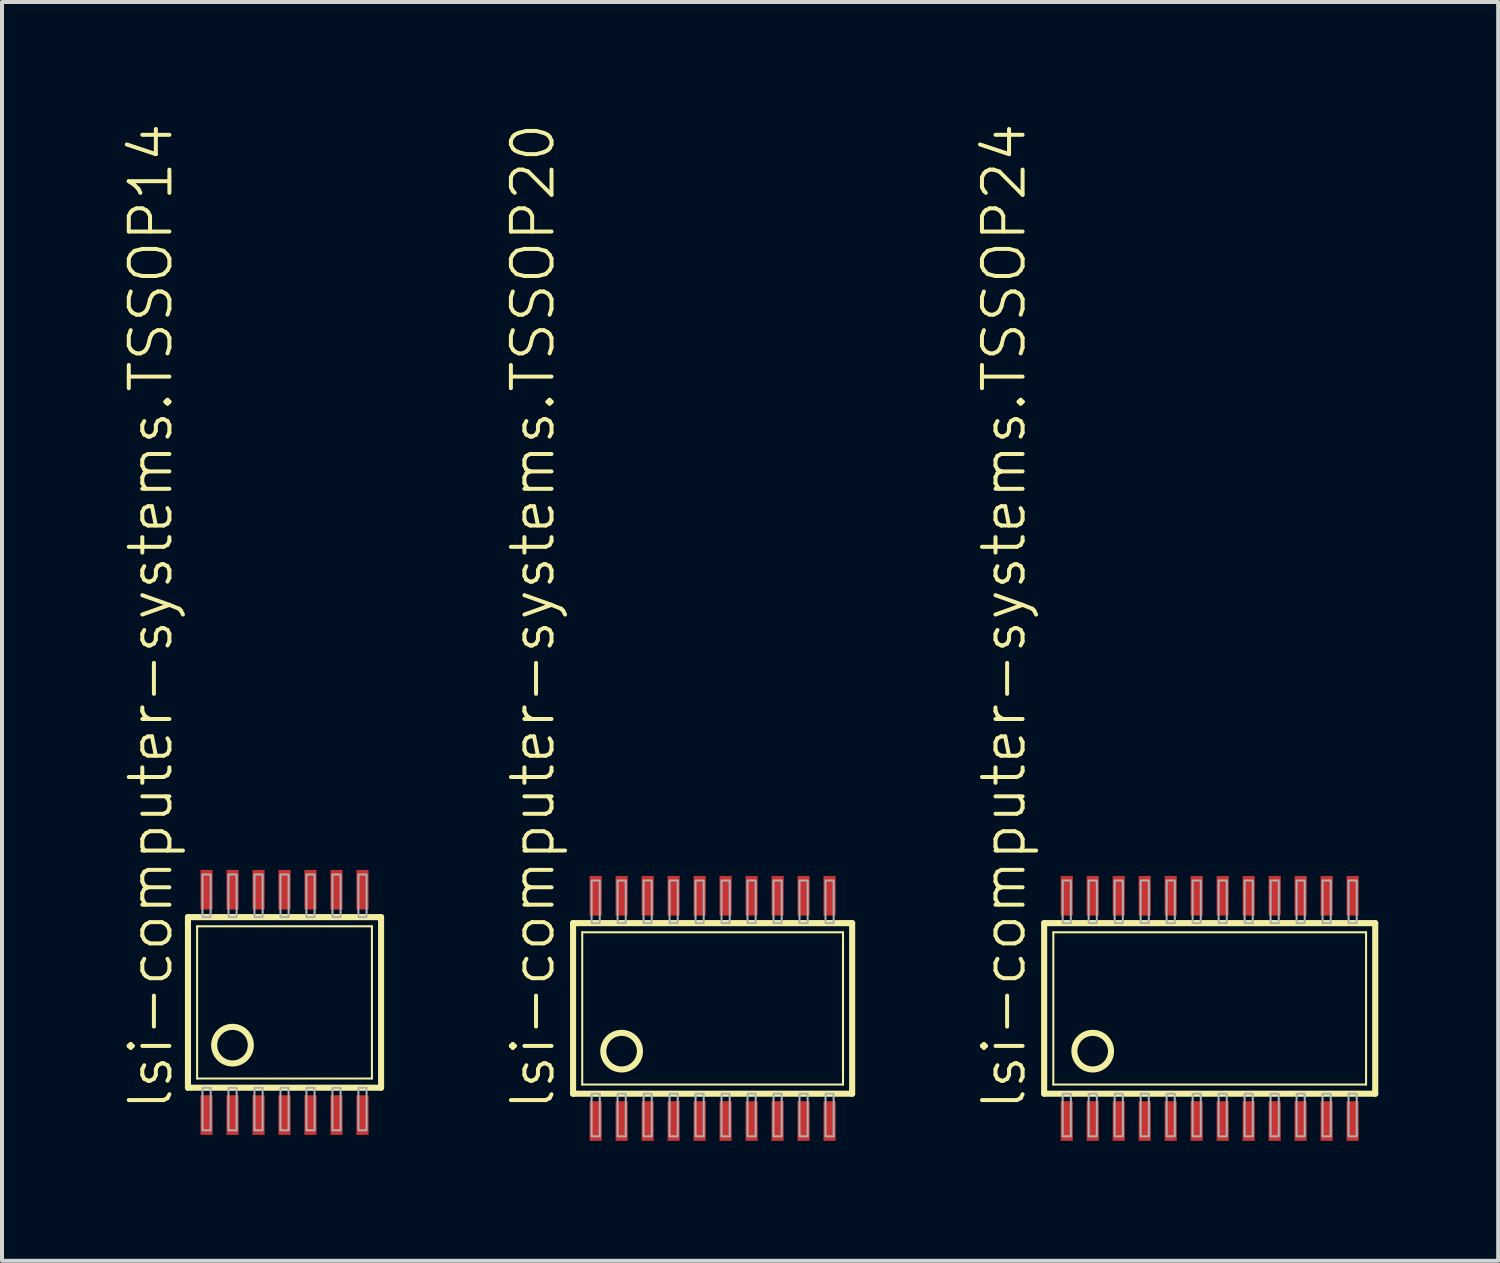
<source format=kicad_pcb>
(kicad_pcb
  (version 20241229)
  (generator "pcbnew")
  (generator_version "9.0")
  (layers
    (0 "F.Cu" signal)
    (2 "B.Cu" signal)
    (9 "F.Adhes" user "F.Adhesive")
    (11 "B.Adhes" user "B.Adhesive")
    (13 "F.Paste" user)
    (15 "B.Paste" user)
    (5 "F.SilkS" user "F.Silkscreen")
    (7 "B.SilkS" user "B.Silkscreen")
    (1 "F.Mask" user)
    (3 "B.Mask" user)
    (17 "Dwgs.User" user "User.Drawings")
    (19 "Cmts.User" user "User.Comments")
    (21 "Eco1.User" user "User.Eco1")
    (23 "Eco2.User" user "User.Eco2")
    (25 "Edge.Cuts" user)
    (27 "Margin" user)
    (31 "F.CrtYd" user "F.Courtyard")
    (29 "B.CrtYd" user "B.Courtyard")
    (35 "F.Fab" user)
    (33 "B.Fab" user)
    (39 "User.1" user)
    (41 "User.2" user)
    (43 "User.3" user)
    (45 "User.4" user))
  (footprint "lsi-computer-systems.TSSOP14"
    (layer "F.Cu")
    (at 4.066 22.021)
    (property "Reference" "lsi-computer-systems.TSSOP14" (at -2.75 2.75 90) (layer "F.SilkS") (effects (font (size 1.016 1.016) (thickness 0.1)) (justify left bottom)))
    (attr smd)
    (fp_line (start -2.415 2.133) (end -2.415 -2.133) (stroke (width 0.152) (type default)) (layer "F.SilkS"))
    (fp_line (start -2.415 2.133) (end 2.415 2.133) (stroke (width 0.152) (type default)) (layer "F.SilkS"))
    (fp_line (start -2.186 1.904) (end -2.186 -1.904) (stroke (width 0.051) (type default)) (layer "F.SilkS"))
    (fp_line (start -2.186 1.904) (end 2.186 1.904) (stroke (width 0.051) (type default)) (layer "F.SilkS"))
    (fp_line (start 2.186 -1.904) (end -2.186 -1.904) (stroke (width 0.051) (type default)) (layer "F.SilkS"))
    (fp_line (start 2.186 -1.904) (end 2.186 1.904) (stroke (width 0.051) (type default)) (layer "F.SilkS"))
    (fp_line (start 2.415 -2.133) (end -2.415 -2.133) (stroke (width 0.152) (type default)) (layer "F.SilkS"))
    (fp_line (start 2.415 -2.133) (end 2.415 2.133) (stroke (width 0.152) (type default)) (layer "F.SilkS"))
    (fp_circle (center -1.301 1.069) (end -0.843 1.069) (stroke (width 0.152) (type default)) (fill no) (layer "F.SilkS"))
    (fp_rect (start -2.052 -2.133) (end -1.848 -3.2) (stroke (width 0.05) (type default)) (fill no) (layer "F.Fab"))
    (fp_rect (start -2.052 3.2) (end -1.848 2.133) (stroke (width 0.05) (type default)) (fill no) (layer "F.Fab"))
    (fp_rect (start -1.402 -2.133) (end -1.198 -3.2) (stroke (width 0.05) (type default)) (fill no) (layer "F.Fab"))
    (fp_rect (start -1.402 3.2) (end -1.198 2.133) (stroke (width 0.05) (type default)) (fill no) (layer "F.Fab"))
    (fp_rect (start -0.752 -2.133) (end -0.548 -3.2) (stroke (width 0.05) (type default)) (fill no) (layer "F.Fab"))
    (fp_rect (start -0.752 3.2) (end -0.548 2.133) (stroke (width 0.05) (type default)) (fill no) (layer "F.Fab"))
    (fp_rect (start -0.102 -2.133) (end 0.102 -3.2) (stroke (width 0.05) (type default)) (fill no) (layer "F.Fab"))
    (fp_rect (start -0.102 3.2) (end 0.102 2.133) (stroke (width 0.05) (type default)) (fill no) (layer "F.Fab"))
    (fp_rect (start 0.548 -2.133) (end 0.752 -3.2) (stroke (width 0.05) (type default)) (fill no) (layer "F.Fab"))
    (fp_rect (start 0.548 3.2) (end 0.752 2.133) (stroke (width 0.05) (type default)) (fill no) (layer "F.Fab"))
    (fp_rect (start 1.198 -2.133) (end 1.402 -3.2) (stroke (width 0.05) (type default)) (fill no) (layer "F.Fab"))
    (fp_rect (start 1.198 3.2) (end 1.402 2.133) (stroke (width 0.05) (type default)) (fill no) (layer "F.Fab"))
    (fp_rect (start 1.848 -2.133) (end 2.052 -3.2) (stroke (width 0.05) (type default)) (fill no) (layer "F.Fab"))
    (fp_rect (start 1.848 3.2) (end 2.052 2.133) (stroke (width 0.05) (type default)) (fill no) (layer "F.Fab"))
    (pad "1" smd roundrect (at -1.95 2.818) (size 0.305 0.991) (layers "F.Cu" "F.Mask" "F.Paste") (roundrect_rratio 0.01))
    (pad "2" smd roundrect (at -1.3 2.818) (size 0.305 0.991) (layers "F.Cu" "F.Mask" "F.Paste") (roundrect_rratio 0.01))
    (pad "3" smd roundrect (at -0.65 2.818) (size 0.305 0.991) (layers "F.Cu" "F.Mask" "F.Paste") (roundrect_rratio 0.01))
    (pad "4" smd roundrect (at 0 2.818) (size 0.305 0.991) (layers "F.Cu" "F.Mask" "F.Paste") (roundrect_rratio 0.01))
    (pad "5" smd roundrect (at 0.65 2.818) (size 0.305 0.991) (layers "F.Cu" "F.Mask" "F.Paste") (roundrect_rratio 0.01))
    (pad "6" smd roundrect (at 1.3 2.818) (size 0.305 0.991) (layers "F.Cu" "F.Mask" "F.Paste") (roundrect_rratio 0.01))
    (pad "7" smd roundrect (at 1.95 2.818) (size 0.305 0.991) (layers "F.Cu" "F.Mask" "F.Paste") (roundrect_rratio 0.01))
    (pad "8" smd roundrect (at 1.95 -2.818 180) (size 0.305 0.991) (layers "F.Cu" "F.Mask" "F.Paste") (roundrect_rratio 0.01))
    (pad "9" smd roundrect (at 1.3 -2.818 180) (size 0.305 0.991) (layers "F.Cu" "F.Mask" "F.Paste") (roundrect_rratio 0.01))
    (pad "10" smd roundrect (at 0.65 -2.818 180) (size 0.305 0.991) (layers "F.Cu" "F.Mask" "F.Paste") (roundrect_rratio 0.01))
    (pad "11" smd roundrect (at 0 -2.818 180) (size 0.305 0.991) (layers "F.Cu" "F.Mask" "F.Paste") (roundrect_rratio 0.01))
    (pad "12" smd roundrect (at -0.65 -2.818 180) (size 0.305 0.991) (layers "F.Cu" "F.Mask" "F.Paste") (roundrect_rratio 0.01))
    (pad "13" smd roundrect (at -1.3 -2.818 180) (size 0.305 0.991) (layers "F.Cu" "F.Mask" "F.Paste") (roundrect_rratio 0.01))
    (pad "14" smd roundrect (at -1.95 -2.818 180) (size 0.305 0.991) (layers "F.Cu" "F.Mask" "F.Paste") (roundrect_rratio 0.01)))
  (footprint "lsi-computer-systems.TSSOP24"
    (layer "F.Cu")
    (at 27.205 22.171)
    (property "Reference" "lsi-computer-systems.TSSOP24" (at -4.55 2.6 90) (layer "F.SilkS") (effects (font (size 1.016 1.016) (thickness 0.1)) (justify left bottom)))
    (attr smd)
    (fp_line (start -4.14 2.133) (end -4.14 -2.133) (stroke (width 0.152) (type default)) (layer "F.SilkS"))
    (fp_line (start -4.14 2.133) (end 4.14 2.133) (stroke (width 0.152) (type default)) (layer "F.SilkS"))
    (fp_line (start -3.911 1.904) (end -3.911 -1.904) (stroke (width 0.051) (type default)) (layer "F.SilkS"))
    (fp_line (start -3.911 1.904) (end 3.911 1.904) (stroke (width 0.051) (type default)) (layer "F.SilkS"))
    (fp_line (start 3.911 -1.904) (end -3.911 -1.904) (stroke (width 0.051) (type default)) (layer "F.SilkS"))
    (fp_line (start 3.911 -1.904) (end 3.911 1.904) (stroke (width 0.051) (type default)) (layer "F.SilkS"))
    (fp_line (start 4.14 -2.133) (end -4.14 -2.133) (stroke (width 0.152) (type default)) (layer "F.SilkS"))
    (fp_line (start 4.14 -2.133) (end 4.14 2.133) (stroke (width 0.152) (type default)) (layer "F.SilkS"))
    (fp_circle (center -2.926 1.069) (end -2.468 1.069) (stroke (width 0.152) (type default)) (fill no) (layer "F.SilkS"))
    (fp_rect (start -3.677 -2.133) (end -3.473 -3.2) (stroke (width 0.05) (type default)) (fill no) (layer "F.Fab"))
    (fp_rect (start -3.677 3.2) (end -3.473 2.133) (stroke (width 0.05) (type default)) (fill no) (layer "F.Fab"))
    (fp_rect (start -3.027 -2.133) (end -2.823 -3.2) (stroke (width 0.05) (type default)) (fill no) (layer "F.Fab"))
    (fp_rect (start -3.027 3.2) (end -2.823 2.133) (stroke (width 0.05) (type default)) (fill no) (layer "F.Fab"))
    (fp_rect (start -2.377 -2.133) (end -2.173 -3.2) (stroke (width 0.05) (type default)) (fill no) (layer "F.Fab"))
    (fp_rect (start -2.377 3.2) (end -2.173 2.133) (stroke (width 0.05) (type default)) (fill no) (layer "F.Fab"))
    (fp_rect (start -1.727 -2.133) (end -1.523 -3.2) (stroke (width 0.05) (type default)) (fill no) (layer "F.Fab"))
    (fp_rect (start -1.727 3.2) (end -1.523 2.133) (stroke (width 0.05) (type default)) (fill no) (layer "F.Fab"))
    (fp_rect (start -1.077 -2.133) (end -0.873 -3.2) (stroke (width 0.05) (type default)) (fill no) (layer "F.Fab"))
    (fp_rect (start -1.077 3.2) (end -0.873 2.133) (stroke (width 0.05) (type default)) (fill no) (layer "F.Fab"))
    (fp_rect (start -0.427 -2.133) (end -0.223 -3.2) (stroke (width 0.05) (type default)) (fill no) (layer "F.Fab"))
    (fp_rect (start -0.427 3.2) (end -0.223 2.133) (stroke (width 0.05) (type default)) (fill no) (layer "F.Fab"))
    (fp_rect (start 0.223 -2.133) (end 0.427 -3.2) (stroke (width 0.05) (type default)) (fill no) (layer "F.Fab"))
    (fp_rect (start 0.223 3.2) (end 0.427 2.133) (stroke (width 0.05) (type default)) (fill no) (layer "F.Fab"))
    (fp_rect (start 0.873 -2.133) (end 1.077 -3.2) (stroke (width 0.05) (type default)) (fill no) (layer "F.Fab"))
    (fp_rect (start 0.873 3.2) (end 1.077 2.133) (stroke (width 0.05) (type default)) (fill no) (layer "F.Fab"))
    (fp_rect (start 1.523 -2.133) (end 1.727 -3.2) (stroke (width 0.05) (type default)) (fill no) (layer "F.Fab"))
    (fp_rect (start 1.523 3.2) (end 1.727 2.133) (stroke (width 0.05) (type default)) (fill no) (layer "F.Fab"))
    (fp_rect (start 2.173 -2.133) (end 2.377 -3.2) (stroke (width 0.05) (type default)) (fill no) (layer "F.Fab"))
    (fp_rect (start 2.173 3.2) (end 2.377 2.133) (stroke (width 0.05) (type default)) (fill no) (layer "F.Fab"))
    (fp_rect (start 2.823 -2.133) (end 3.027 -3.2) (stroke (width 0.05) (type default)) (fill no) (layer "F.Fab"))
    (fp_rect (start 2.823 3.2) (end 3.027 2.133) (stroke (width 0.05) (type default)) (fill no) (layer "F.Fab"))
    (fp_rect (start 3.473 -2.133) (end 3.677 -3.2) (stroke (width 0.05) (type default)) (fill no) (layer "F.Fab"))
    (fp_rect (start 3.473 3.2) (end 3.677 2.133) (stroke (width 0.05) (type default)) (fill no) (layer "F.Fab"))
    (pad "1" smd roundrect (at -3.575 2.818) (size 0.305 0.991) (layers "F.Cu" "F.Mask" "F.Paste") (roundrect_rratio 0.01))
    (pad "2" smd roundrect (at -2.925 2.818) (size 0.305 0.991) (layers "F.Cu" "F.Mask" "F.Paste") (roundrect_rratio 0.01))
    (pad "3" smd roundrect (at -2.275 2.818) (size 0.305 0.991) (layers "F.Cu" "F.Mask" "F.Paste") (roundrect_rratio 0.01))
    (pad "4" smd roundrect (at -1.625 2.818) (size 0.305 0.991) (layers "F.Cu" "F.Mask" "F.Paste") (roundrect_rratio 0.01))
    (pad "5" smd roundrect (at -0.975 2.818) (size 0.305 0.991) (layers "F.Cu" "F.Mask" "F.Paste") (roundrect_rratio 0.01))
    (pad "6" smd roundrect (at -0.325 2.818) (size 0.305 0.991) (layers "F.Cu" "F.Mask" "F.Paste") (roundrect_rratio 0.01))
    (pad "7" smd roundrect (at 0.325 2.818) (size 0.305 0.991) (layers "F.Cu" "F.Mask" "F.Paste") (roundrect_rratio 0.01))
    (pad "8" smd roundrect (at 0.975 2.818) (size 0.305 0.991) (layers "F.Cu" "F.Mask" "F.Paste") (roundrect_rratio 0.01))
    (pad "9" smd roundrect (at 1.625 2.818) (size 0.305 0.991) (layers "F.Cu" "F.Mask" "F.Paste") (roundrect_rratio 0.01))
    (pad "10" smd roundrect (at 2.275 2.818) (size 0.305 0.991) (layers "F.Cu" "F.Mask" "F.Paste") (roundrect_rratio 0.01))
    (pad "11" smd roundrect (at 2.925 2.818) (size 0.305 0.991) (layers "F.Cu" "F.Mask" "F.Paste") (roundrect_rratio 0.01))
    (pad "12" smd roundrect (at 3.575 2.818) (size 0.305 0.991) (layers "F.Cu" "F.Mask" "F.Paste") (roundrect_rratio 0.01))
    (pad "13" smd roundrect (at 3.575 -2.818 180) (size 0.305 0.991) (layers "F.Cu" "F.Mask" "F.Paste") (roundrect_rratio 0.01))
    (pad "14" smd roundrect (at 2.925 -2.818 180) (size 0.305 0.991) (layers "F.Cu" "F.Mask" "F.Paste") (roundrect_rratio 0.01))
    (pad "15" smd roundrect (at 2.275 -2.818) (size 0.305 0.991) (layers "F.Cu" "F.Mask" "F.Paste") (roundrect_rratio 0.01))
    (pad "16" smd roundrect (at 1.625 -2.818) (size 0.305 0.991) (layers "F.Cu" "F.Mask" "F.Paste") (roundrect_rratio 0.01))
    (pad "17" smd roundrect (at 0.975 -2.818) (size 0.305 0.991) (layers "F.Cu" "F.Mask" "F.Paste") (roundrect_rratio 0.01))
    (pad "18" smd roundrect (at 0.325 -2.818) (size 0.305 0.991) (layers "F.Cu" "F.Mask" "F.Paste") (roundrect_rratio 0.01))
    (pad "19" smd roundrect (at -0.325 -2.818) (size 0.305 0.991) (layers "F.Cu" "F.Mask" "F.Paste") (roundrect_rratio 0.01))
    (pad "20" smd roundrect (at -0.975 -2.818) (size 0.305 0.991) (layers "F.Cu" "F.Mask" "F.Paste") (roundrect_rratio 0.01))
    (pad "21" smd roundrect (at -1.625 -2.818) (size 0.305 0.991) (layers "F.Cu" "F.Mask" "F.Paste") (roundrect_rratio 0.01))
    (pad "22" smd roundrect (at -2.275 -2.818) (size 0.305 0.991) (layers "F.Cu" "F.Mask" "F.Paste") (roundrect_rratio 0.01))
    (pad "23" smd roundrect (at -2.925 -2.818) (size 0.305 0.991) (layers "F.Cu" "F.Mask" "F.Paste") (roundrect_rratio 0.01))
    (pad "24" smd roundrect (at -3.575 -2.818) (size 0.305 0.991) (layers "F.Cu" "F.Mask" "F.Paste") (roundrect_rratio 0.01)))
  (footprint "lsi-computer-systems.TSSOP20"
    (layer "F.Cu")
    (at 14.773 22.171)
    (property "Reference" "lsi-computer-systems.TSSOP20" (at -3.9 2.6 90) (layer "F.SilkS") (effects (font (size 1.016 1.016) (thickness 0.1)) (justify left bottom)))
    (attr smd)
    (fp_line (start -3.49 2.133) (end -3.49 -2.133) (stroke (width 0.152) (type default)) (layer "F.SilkS"))
    (fp_line (start -3.49 2.133) (end 3.49 2.133) (stroke (width 0.152) (type default)) (layer "F.SilkS"))
    (fp_line (start -3.261 1.904) (end -3.261 -1.904) (stroke (width 0.051) (type default)) (layer "F.SilkS"))
    (fp_line (start -3.261 1.904) (end 3.261 1.904) (stroke (width 0.051) (type default)) (layer "F.SilkS"))
    (fp_line (start 3.261 -1.904) (end -3.261 -1.904) (stroke (width 0.051) (type default)) (layer "F.SilkS"))
    (fp_line (start 3.261 -1.904) (end 3.261 1.904) (stroke (width 0.051) (type default)) (layer "F.SilkS"))
    (fp_line (start 3.49 -2.133) (end -3.49 -2.133) (stroke (width 0.152) (type default)) (layer "F.SilkS"))
    (fp_line (start 3.49 -2.133) (end 3.49 2.133) (stroke (width 0.152) (type default)) (layer "F.SilkS"))
    (fp_circle (center -2.276 1.069) (end -1.818 1.069) (stroke (width 0.152) (type default)) (fill no) (layer "F.SilkS"))
    (fp_rect (start -3.027 -2.133) (end -2.823 -3.2) (stroke (width 0.05) (type default)) (fill no) (layer "F.Fab"))
    (fp_rect (start -3.027 3.2) (end -2.823 2.133) (stroke (width 0.05) (type default)) (fill no) (layer "F.Fab"))
    (fp_rect (start -2.377 -2.133) (end -2.173 -3.2) (stroke (width 0.05) (type default)) (fill no) (layer "F.Fab"))
    (fp_rect (start -2.377 3.2) (end -2.173 2.133) (stroke (width 0.05) (type default)) (fill no) (layer "F.Fab"))
    (fp_rect (start -1.727 -2.133) (end -1.523 -3.2) (stroke (width 0.05) (type default)) (fill no) (layer "F.Fab"))
    (fp_rect (start -1.727 3.2) (end -1.523 2.133) (stroke (width 0.05) (type default)) (fill no) (layer "F.Fab"))
    (fp_rect (start -1.077 -2.133) (end -0.873 -3.2) (stroke (width 0.05) (type default)) (fill no) (layer "F.Fab"))
    (fp_rect (start -1.077 3.2) (end -0.873 2.133) (stroke (width 0.05) (type default)) (fill no) (layer "F.Fab"))
    (fp_rect (start -0.427 -2.133) (end -0.223 -3.2) (stroke (width 0.05) (type default)) (fill no) (layer "F.Fab"))
    (fp_rect (start -0.427 3.2) (end -0.223 2.133) (stroke (width 0.05) (type default)) (fill no) (layer "F.Fab"))
    (fp_rect (start 0.223 -2.133) (end 0.427 -3.2) (stroke (width 0.05) (type default)) (fill no) (layer "F.Fab"))
    (fp_rect (start 0.223 3.2) (end 0.427 2.133) (stroke (width 0.05) (type default)) (fill no) (layer "F.Fab"))
    (fp_rect (start 0.873 -2.133) (end 1.077 -3.2) (stroke (width 0.05) (type default)) (fill no) (layer "F.Fab"))
    (fp_rect (start 0.873 3.2) (end 1.077 2.133) (stroke (width 0.05) (type default)) (fill no) (layer "F.Fab"))
    (fp_rect (start 1.523 -2.133) (end 1.727 -3.2) (stroke (width 0.05) (type default)) (fill no) (layer "F.Fab"))
    (fp_rect (start 1.523 3.2) (end 1.727 2.133) (stroke (width 0.05) (type default)) (fill no) (layer "F.Fab"))
    (fp_rect (start 2.173 -2.133) (end 2.377 -3.2) (stroke (width 0.05) (type default)) (fill no) (layer "F.Fab"))
    (fp_rect (start 2.173 3.2) (end 2.377 2.133) (stroke (width 0.05) (type default)) (fill no) (layer "F.Fab"))
    (fp_rect (start 2.823 -2.133) (end 3.027 -3.2) (stroke (width 0.05) (type default)) (fill no) (layer "F.Fab"))
    (fp_rect (start 2.823 3.2) (end 3.027 2.133) (stroke (width 0.05) (type default)) (fill no) (layer "F.Fab"))
    (pad "1" smd roundrect (at -2.925 2.818) (size 0.305 0.991) (layers "F.Cu" "F.Mask" "F.Paste") (roundrect_rratio 0.01))
    (pad "2" smd roundrect (at -2.275 2.818) (size 0.305 0.991) (layers "F.Cu" "F.Mask" "F.Paste") (roundrect_rratio 0.01))
    (pad "3" smd roundrect (at -1.625 2.818) (size 0.305 0.991) (layers "F.Cu" "F.Mask" "F.Paste") (roundrect_rratio 0.01))
    (pad "4" smd roundrect (at -0.975 2.818) (size 0.305 0.991) (layers "F.Cu" "F.Mask" "F.Paste") (roundrect_rratio 0.01))
    (pad "5" smd roundrect (at -0.325 2.818) (size 0.305 0.991) (layers "F.Cu" "F.Mask" "F.Paste") (roundrect_rratio 0.01))
    (pad "6" smd roundrect (at 0.325 2.818) (size 0.305 0.991) (layers "F.Cu" "F.Mask" "F.Paste") (roundrect_rratio 0.01))
    (pad "7" smd roundrect (at 0.975 2.818) (size 0.305 0.991) (layers "F.Cu" "F.Mask" "F.Paste") (roundrect_rratio 0.01))
    (pad "8" smd roundrect (at 1.625 2.818) (size 0.305 0.991) (layers "F.Cu" "F.Mask" "F.Paste") (roundrect_rratio 0.01))
    (pad "9" smd roundrect (at 2.275 2.818) (size 0.305 0.991) (layers "F.Cu" "F.Mask" "F.Paste") (roundrect_rratio 0.01))
    (pad "10" smd roundrect (at 2.925 2.818) (size 0.305 0.991) (layers "F.Cu" "F.Mask" "F.Paste") (roundrect_rratio 0.01))
    (pad "11" smd roundrect (at 2.925 -2.818 180) (size 0.305 0.991) (layers "F.Cu" "F.Mask" "F.Paste") (roundrect_rratio 0.01))
    (pad "12" smd roundrect (at 2.275 -2.818 180) (size 0.305 0.991) (layers "F.Cu" "F.Mask" "F.Paste") (roundrect_rratio 0.01))
    (pad "13" smd roundrect (at 1.625 -2.818 180) (size 0.305 0.991) (layers "F.Cu" "F.Mask" "F.Paste") (roundrect_rratio 0.01))
    (pad "14" smd roundrect (at 0.975 -2.818 180) (size 0.305 0.991) (layers "F.Cu" "F.Mask" "F.Paste") (roundrect_rratio 0.01))
    (pad "15" smd roundrect (at 0.325 -2.818) (size 0.305 0.991) (layers "F.Cu" "F.Mask" "F.Paste") (roundrect_rratio 0.01))
    (pad "16" smd roundrect (at -0.325 -2.818) (size 0.305 0.991) (layers "F.Cu" "F.Mask" "F.Paste") (roundrect_rratio 0.01))
    (pad "17" smd roundrect (at -0.975 -2.818) (size 0.305 0.991) (layers "F.Cu" "F.Mask" "F.Paste") (roundrect_rratio 0.01))
    (pad "18" smd roundrect (at -1.625 -2.818) (size 0.305 0.991) (layers "F.Cu" "F.Mask" "F.Paste") (roundrect_rratio 0.01))
    (pad "19" smd roundrect (at -2.275 -2.818) (size 0.305 0.991) (layers "F.Cu" "F.Mask" "F.Paste") (roundrect_rratio 0.01))
    (pad "20" smd roundrect (at -2.925 -2.818) (size 0.305 0.991) (layers "F.Cu" "F.Mask" "F.Paste") (roundrect_rratio 0.01)))
  (gr_rect
    (start -3 -3)
    (end 34.42 28.484)
    (stroke (width 0.1) (type default))
    (fill no)
    (layer "Edge.Cuts")))
</source>
